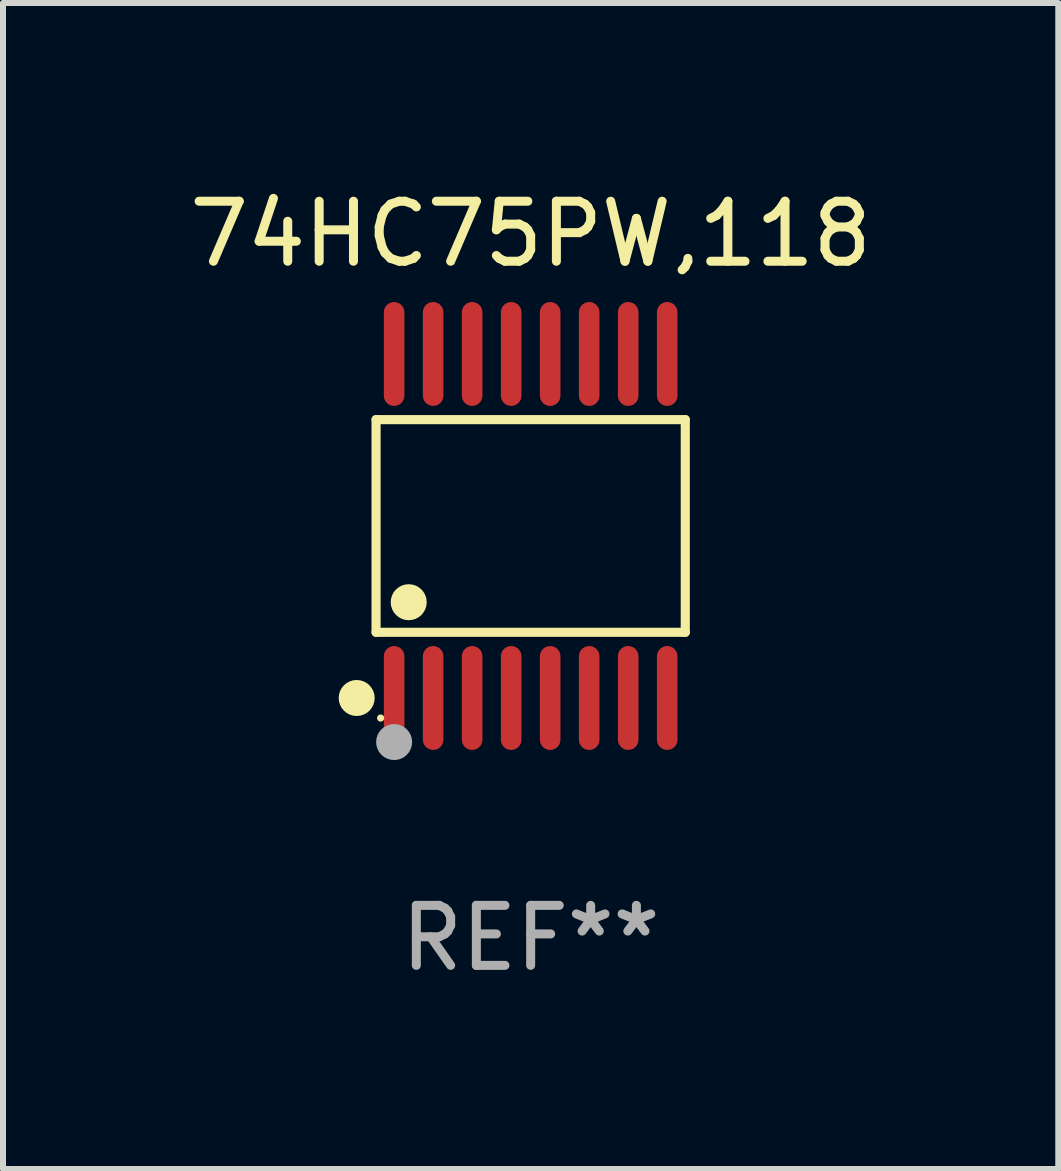
<source format=kicad_pcb>
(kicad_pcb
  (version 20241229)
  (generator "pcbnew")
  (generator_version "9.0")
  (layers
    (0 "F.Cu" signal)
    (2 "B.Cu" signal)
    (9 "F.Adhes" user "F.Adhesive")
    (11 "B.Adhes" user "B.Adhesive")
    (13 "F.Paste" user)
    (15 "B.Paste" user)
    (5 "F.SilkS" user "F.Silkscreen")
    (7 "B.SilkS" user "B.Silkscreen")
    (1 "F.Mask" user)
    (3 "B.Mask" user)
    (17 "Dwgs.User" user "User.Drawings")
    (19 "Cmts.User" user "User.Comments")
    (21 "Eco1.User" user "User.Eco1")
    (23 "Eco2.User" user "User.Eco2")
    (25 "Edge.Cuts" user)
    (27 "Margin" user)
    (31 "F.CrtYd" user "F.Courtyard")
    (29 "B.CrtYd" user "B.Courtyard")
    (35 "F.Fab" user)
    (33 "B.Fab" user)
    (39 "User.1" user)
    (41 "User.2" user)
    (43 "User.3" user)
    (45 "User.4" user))
  (footprint "74HC75PW,118"
    (layer "F.Cu")
    (at 5.792 5.714)
    (property "Reference" "74HC75PW,118" (at 0 -4.866 0) (layer "F.SilkS") (effects (font (size 1 1) (thickness 0.15))))
    (attr through_hole)
    (fp_line (start -2.576 -1.772) (end 2.576 -1.772) (stroke (width 0.152) (type solid)) (layer "F.SilkS"))
    (fp_line (start -2.576 1.771) (end -2.576 -1.772) (stroke (width 0.152) (type solid)) (layer "F.SilkS"))
    (fp_line (start 2.576 -1.772) (end 2.576 1.771) (stroke (width 0.152) (type solid)) (layer "F.SilkS"))
    (fp_line (start 2.576 1.771) (end -2.576 1.771) (stroke (width 0.152) (type solid)) (layer "F.SilkS"))
    (fp_circle (center -2.899 2.866) (end -2.749 2.866) (stroke (width 0.3) (type solid)) (fill no) (layer "F.SilkS"))
    (fp_circle (center -2.5 3.2) (end -2.47 3.2) (stroke (width 0.06) (type solid)) (fill no) (layer "F.SilkS"))
    (fp_circle (center -2.032 1.27) (end -1.882 1.27) (stroke (width 0.3) (type solid)) (fill no) (layer "F.SilkS"))
    (fp_circle (center -2.275 3.6) (end -2.125 3.6) (stroke (width 0.3) (type solid)) (fill no) (layer "F.Fab"))
    (fp_text user "REF**" (at 0 6.866 0) (layer "F.Fab") (effects (font (size 1 1) (thickness 0.15))))
    (pad "1" smd oval (at -2.275 2.866) (size 0.343 1.731) (layers "F.Cu" "F.Mask" "F.Paste"))
    (pad "2" smd oval (at -1.625 2.866) (size 0.343 1.731) (layers "F.Cu" "F.Mask" "F.Paste"))
    (pad "3" smd oval (at -0.975 2.866) (size 0.343 1.731) (layers "F.Cu" "F.Mask" "F.Paste"))
    (pad "4" smd oval (at -0.325 2.866) (size 0.343 1.731) (layers "F.Cu" "F.Mask" "F.Paste"))
    (pad "5" smd oval (at 0.325 2.866) (size 0.343 1.731) (layers "F.Cu" "F.Mask" "F.Paste"))
    (pad "6" smd oval (at 0.975 2.866) (size 0.343 1.731) (layers "F.Cu" "F.Mask" "F.Paste"))
    (pad "7" smd oval (at 1.625 2.866) (size 0.343 1.731) (layers "F.Cu" "F.Mask" "F.Paste"))
    (pad "8" smd oval (at 2.275 2.866) (size 0.343 1.731) (layers "F.Cu" "F.Mask" "F.Paste"))
    (pad "9" smd oval (at 2.275 -2.866) (size 0.343 1.731) (layers "F.Cu" "F.Mask" "F.Paste"))
    (pad "10" smd oval (at 1.625 -2.866) (size 0.343 1.731) (layers "F.Cu" "F.Mask" "F.Paste"))
    (pad "11" smd oval (at 0.975 -2.866) (size 0.343 1.731) (layers "F.Cu" "F.Mask" "F.Paste"))
    (pad "12" smd oval (at 0.325 -2.866) (size 0.343 1.731) (layers "F.Cu" "F.Mask" "F.Paste"))
    (pad "13" smd oval (at -0.325 -2.866) (size 0.343 1.731) (layers "F.Cu" "F.Mask" "F.Paste"))
    (pad "14" smd oval (at -0.975 -2.866) (size 0.343 1.731) (layers "F.Cu" "F.Mask" "F.Paste"))
    (pad "15" smd oval (at -1.625 -2.866) (size 0.343 1.731) (layers "F.Cu" "F.Mask" "F.Paste"))
    (pad "16" smd oval (at -2.275 -2.866) (size 0.343 1.731) (layers "F.Cu" "F.Mask" "F.Paste")))
  (gr_rect
    (start -3 -3)
    (end 14.583 16.428)
    (stroke (width 0.1) (type default))
    (fill no)
    (layer "Edge.Cuts")))
</source>
